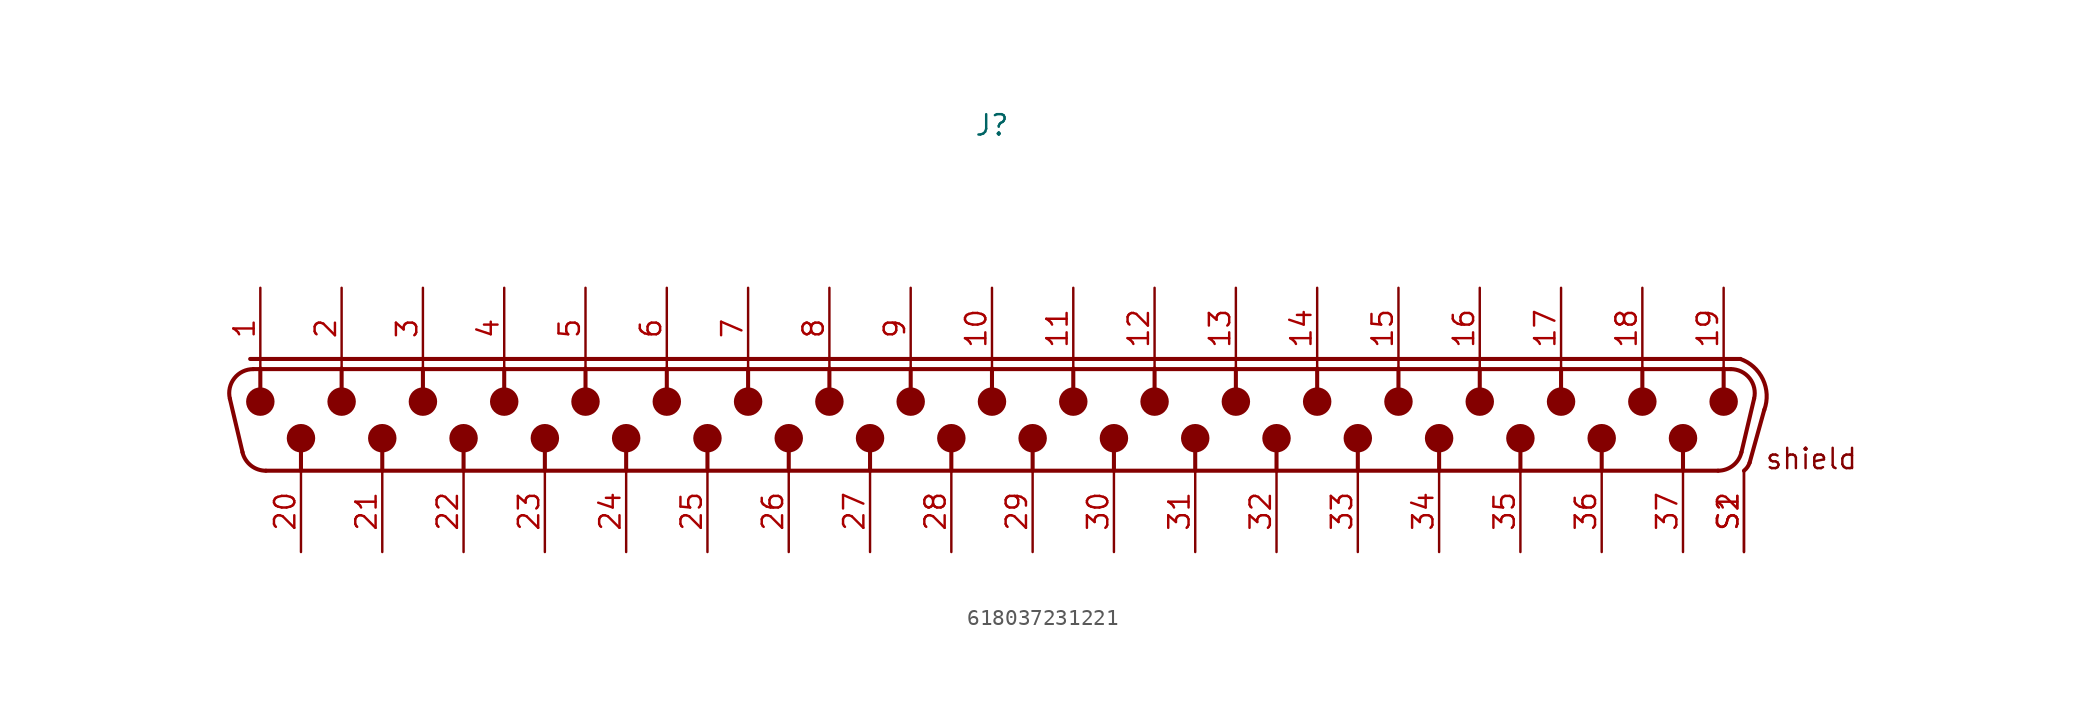
<source format=kicad_sym>
(kicad_symbol_lib
  (version 20241209)
  (generator "kicad_symbol_editor")
  (generator_version "9.0")
  (symbol "618037231221"
    (pin_names
      (hide yes))
    (property "Reference" "J"
      (at 0 17.78 0)
      (effects (font (size 1.27 1.27))))
    (symbol "618037231221_1_0"
      (polyline (pts (xy -46.833 -2.655) (xy -47.624 0.695)) (stroke (width 0.254) (type solid)) (fill (type none)))
      (polyline (pts (xy -46.355 3.175) (xy 46.76 3.175)) (stroke (width 0.254) (type solid)) (fill (type none)))
      (polyline (pts (xy -46.164 2.54) (xy 46.164 2.54)) (stroke (width 0.254) (type solid)) (fill (type none)))
      (arc (start -47.6242 0.695) (mid -47.3407 1.9707) (end -46.1643 2.54) (stroke (width 0.254) (type solid)) (fill (type none)))
      (polyline (pts (xy -45.72 2.58) (xy -45.72 0.4)) (stroke (width 0.254) (type solid)) (fill (type none)))
      (circle (center -45.72 0.508) (radius 0.762) (stroke (width 0.254) (type solid)) (fill (type outline)))
      (arc (start -45.373 -3.81) (mid -46.3038 -3.4862) (end -46.8328 -2.6547) (stroke (width 0.254) (type solid)) (fill (type none)))
      (circle (center -43.18 -1.778) (radius 0.762) (stroke (width 0.254) (type solid)) (fill (type outline)))
      (polyline (pts (xy -43.18 -3.81) (xy -43.18 -1.63)) (stroke (width 0.254) (type solid)) (fill (type none)))
      (polyline (pts (xy -40.64 2.58) (xy -40.64 0.4)) (stroke (width 0.254) (type solid)) (fill (type none)))
      (circle (center -40.64 0.508) (radius 0.762) (stroke (width 0.254) (type solid)) (fill (type outline)))
      (circle (center -38.1 -1.778) (radius 0.762) (stroke (width 0.254) (type solid)) (fill (type outline)))
      (polyline (pts (xy -38.1 -3.81) (xy -38.1 -1.63)) (stroke (width 0.254) (type solid)) (fill (type none)))
      (polyline (pts (xy -35.56 2.58) (xy -35.56 0.4)) (stroke (width 0.254) (type solid)) (fill (type none)))
      (circle (center -35.56 0.508) (radius 0.762) (stroke (width 0.254) (type solid)) (fill (type outline)))
      (circle (center -33.02 -1.778) (radius 0.762) (stroke (width 0.254) (type solid)) (fill (type outline)))
      (polyline (pts (xy -33.02 -3.81) (xy -33.02 -1.63)) (stroke (width 0.254) (type solid)) (fill (type none)))
      (polyline (pts (xy -30.48 2.58) (xy -30.48 0.4)) (stroke (width 0.254) (type solid)) (fill (type none)))
      (circle (center -30.48 0.508) (radius 0.762) (stroke (width 0.254) (type solid)) (fill (type outline)))
      (circle (center -27.94 -1.778) (radius 0.762) (stroke (width 0.254) (type solid)) (fill (type outline)))
      (polyline (pts (xy -27.94 -3.81) (xy -27.94 -1.63)) (stroke (width 0.254) (type solid)) (fill (type none)))
      (polyline (pts (xy -25.4 2.58) (xy -25.4 0.4)) (stroke (width 0.254) (type solid)) (fill (type none)))
      (circle (center -25.4 0.508) (radius 0.762) (stroke (width 0.254) (type solid)) (fill (type outline)))
      (circle (center -22.86 -1.778) (radius 0.762) (stroke (width 0.254) (type solid)) (fill (type outline)))
      (polyline (pts (xy -22.86 -3.81) (xy -22.86 -1.63)) (stroke (width 0.254) (type solid)) (fill (type none)))
      (polyline (pts (xy -20.32 2.58) (xy -20.32 0.4)) (stroke (width 0.254) (type solid)) (fill (type none)))
      (circle (center -20.32 0.508) (radius 0.762) (stroke (width 0.254) (type solid)) (fill (type outline)))
      (circle (center -17.78 -1.778) (radius 0.762) (stroke (width 0.254) (type solid)) (fill (type outline)))
      (polyline (pts (xy -17.78 -3.81) (xy -17.78 -1.63)) (stroke (width 0.254) (type solid)) (fill (type none)))
      (polyline (pts (xy -15.24 2.58) (xy -15.24 0.4)) (stroke (width 0.254) (type solid)) (fill (type none)))
      (circle (center -15.24 0.508) (radius 0.762) (stroke (width 0.254) (type solid)) (fill (type outline)))
      (circle (center -12.7 -1.778) (radius 0.762) (stroke (width 0.254) (type solid)) (fill (type outline)))
      (polyline (pts (xy -12.7 -3.81) (xy -12.7 -1.63)) (stroke (width 0.254) (type solid)) (fill (type none)))
      (polyline (pts (xy -10.16 2.58) (xy -10.16 0.4)) (stroke (width 0.254) (type solid)) (fill (type none)))
      (circle (center -10.16 0.508) (radius 0.762) (stroke (width 0.254) (type solid)) (fill (type outline)))
      (circle (center -7.62 -1.778) (radius 0.762) (stroke (width 0.254) (type solid)) (fill (type outline)))
      (polyline (pts (xy -7.62 -3.81) (xy -7.62 -1.63)) (stroke (width 0.254) (type solid)) (fill (type none)))
      (polyline (pts (xy -5.08 2.58) (xy -5.08 0.4)) (stroke (width 0.254) (type solid)) (fill (type none)))
      (circle (center -5.08 0.508) (radius 0.762) (stroke (width 0.254) (type solid)) (fill (type outline)))
      (circle (center -2.54 -1.778) (radius 0.762) (stroke (width 0.254) (type solid)) (fill (type outline)))
      (polyline (pts (xy -2.54 -3.81) (xy -2.54 -1.63)) (stroke (width 0.254) (type solid)) (fill (type none)))
      (polyline (pts (xy 0 2.58) (xy 0 0.4)) (stroke (width 0.254) (type solid)) (fill (type none)))
      (circle (center 0 0.508) (radius 0.762) (stroke (width 0.254) (type solid)) (fill (type outline)))
      (circle (center 2.54 -1.778) (radius 0.762) (stroke (width 0.254) (type solid)) (fill (type outline)))
      (polyline (pts (xy 2.54 -3.81) (xy 2.54 -1.63)) (stroke (width 0.254) (type solid)) (fill (type none)))
      (polyline (pts (xy 5.08 2.58) (xy 5.08 0.4)) (stroke (width 0.254) (type solid)) (fill (type none)))
      (circle (center 5.08 0.508) (radius 0.762) (stroke (width 0.254) (type solid)) (fill (type outline)))
      (circle (center 7.62 -1.778) (radius 0.762) (stroke (width 0.254) (type solid)) (fill (type outline)))
      (polyline (pts (xy 7.62 -3.81) (xy 7.62 -1.63)) (stroke (width 0.254) (type solid)) (fill (type none)))
      (polyline (pts (xy 10.16 2.58) (xy 10.16 0.4)) (stroke (width 0.254) (type solid)) (fill (type none)))
      (circle (center 10.16 0.508) (radius 0.762) (stroke (width 0.254) (type solid)) (fill (type outline)))
      (circle (center 12.7 -1.778) (radius 0.762) (stroke (width 0.254) (type solid)) (fill (type outline)))
      (polyline (pts (xy 12.7 -3.81) (xy 12.7 -1.63)) (stroke (width 0.254) (type solid)) (fill (type none)))
      (polyline (pts (xy 15.24 2.58) (xy 15.24 0.4)) (stroke (width 0.254) (type solid)) (fill (type none)))
      (circle (center 15.24 0.508) (radius 0.762) (stroke (width 0.254) (type solid)) (fill (type outline)))
      (circle (center 17.78 -1.778) (radius 0.762) (stroke (width 0.254) (type solid)) (fill (type outline)))
      (polyline (pts (xy 17.78 -3.81) (xy 17.78 -1.63)) (stroke (width 0.254) (type solid)) (fill (type none)))
      (polyline (pts (xy 20.32 2.58) (xy 20.32 0.4)) (stroke (width 0.254) (type solid)) (fill (type none)))
      (circle (center 20.32 0.508) (radius 0.762) (stroke (width 0.254) (type solid)) (fill (type outline)))
      (circle (center 22.86 -1.778) (radius 0.762) (stroke (width 0.254) (type solid)) (fill (type outline)))
      (polyline (pts (xy 22.86 -3.81) (xy 22.86 -1.63)) (stroke (width 0.254) (type solid)) (fill (type none)))
      (polyline (pts (xy 25.4 2.58) (xy 25.4 0.4)) (stroke (width 0.254) (type solid)) (fill (type none)))
      (circle (center 25.4 0.508) (radius 0.762) (stroke (width 0.254) (type solid)) (fill (type outline)))
      (circle (center 27.94 -1.778) (radius 0.762) (stroke (width 0.254) (type solid)) (fill (type outline)))
      (polyline (pts (xy 27.94 -3.81) (xy 27.94 -1.63)) (stroke (width 0.254) (type solid)) (fill (type none)))
      (polyline (pts (xy 30.48 2.58) (xy 30.48 0.4)) (stroke (width 0.254) (type solid)) (fill (type none)))
      (circle (center 30.48 0.508) (radius 0.762) (stroke (width 0.254) (type solid)) (fill (type outline)))
      (circle (center 33.02 -1.778) (radius 0.762) (stroke (width 0.254) (type solid)) (fill (type outline)))
      (polyline (pts (xy 33.02 -3.81) (xy 33.02 -1.63)) (stroke (width 0.254) (type solid)) (fill (type none)))
      (polyline (pts (xy 35.56 2.58) (xy 35.56 0.4)) (stroke (width 0.254) (type solid)) (fill (type none)))
      (circle (center 35.56 0.508) (radius 0.762) (stroke (width 0.254) (type solid)) (fill (type outline)))
      (circle (center 38.1 -1.778) (radius 0.762) (stroke (width 0.254) (type solid)) (fill (type outline)))
      (polyline (pts (xy 38.1 -3.81) (xy 38.1 -1.63)) (stroke (width 0.254) (type solid)) (fill (type none)))
      (polyline (pts (xy 40.64 2.58) (xy 40.64 0.4)) (stroke (width 0.254) (type solid)) (fill (type none)))
      (circle (center 40.64 0.508) (radius 0.762) (stroke (width 0.254) (type solid)) (fill (type outline)))
      (circle (center 43.18 -1.778) (radius 0.762) (stroke (width 0.254) (type solid)) (fill (type outline)))
      (polyline (pts (xy 43.18 -3.81) (xy 43.18 -1.63)) (stroke (width 0.254) (type solid)) (fill (type none)))
      (arc (start 46.8328 -2.6548) (mid 46.3037 -3.4863) (end 45.3729 -3.81) (stroke (width 0.254) (type solid)) (fill (type none)))
      (polyline (pts (xy 45.373 -3.81) (xy -45.373 -3.81)) (stroke (width 0.254) (type solid)) (fill (type none)))
      (polyline (pts (xy 45.72 2.58) (xy 45.72 0.4)) (stroke (width 0.254) (type solid)) (fill (type none)))
      (circle (center 45.72 0.508) (radius 0.762) (stroke (width 0.254) (type solid)) (fill (type outline)))
      (arc (start 46.76 3.175) (mid 48.1707 1.8996) (end 48.26 0) (stroke (width 0.254) (type solid)) (fill (type none)))
      (arc (start 46.1643 2.54) (mid 47.3407 1.9707) (end 47.6242 0.695) (stroke (width 0.254) (type solid)) (fill (type none)))
      (arc (start 47.3439 -3.3037) (mid 47.2048 -3.5833) (end 46.99 -3.81) (stroke (width 0.254) (type solid)) (fill (type none)))
      (polyline (pts (xy 47.344 -3.304) (xy 48.26 0)) (stroke (width 0.254) (type solid)) (fill (type none)))
      (polyline (pts (xy 47.624 0.695) (xy 46.833 -2.655)) (stroke (width 0.254) (type solid)) (fill (type none)))
      (pin passive line (at -45.72 7.62 270) (length 5.08) (name "1" (effects (font (size 1.27 1.27)))) (number "1" (effects (font (size 1.27 1.27)))))
      (pin passive line (at -43.18 -8.89 90) (length 5.08) (name "20" (effects (font (size 1.27 1.27)))) (number "20" (effects (font (size 1.27 1.27)))))
      (pin passive line (at -40.64 7.62 270) (length 5.08) (name "2" (effects (font (size 1.27 1.27)))) (number "2" (effects (font (size 1.27 1.27)))))
      (pin passive line (at -38.1 -8.89 90) (length 5.08) (name "21" (effects (font (size 1.27 1.27)))) (number "21" (effects (font (size 1.27 1.27)))))
      (pin passive line (at -35.56 7.62 270) (length 5.08) (name "3" (effects (font (size 1.27 1.27)))) (number "3" (effects (font (size 1.27 1.27)))))
      (pin passive line (at -33.02 -8.89 90) (length 5.08) (name "22" (effects (font (size 1.27 1.27)))) (number "22" (effects (font (size 1.27 1.27)))))
      (pin passive line (at -30.48 7.62 270) (length 5.08) (name "4" (effects (font (size 1.27 1.27)))) (number "4" (effects (font (size 1.27 1.27)))))
      (pin passive line (at -27.94 -8.89 90) (length 5.08) (name "23" (effects (font (size 1.27 1.27)))) (number "23" (effects (font (size 1.27 1.27)))))
      (pin passive line (at -25.4 7.62 270) (length 5.08) (name "5" (effects (font (size 1.27 1.27)))) (number "5" (effects (font (size 1.27 1.27)))))
      (pin passive line (at -22.86 -8.89 90) (length 5.08) (name "24" (effects (font (size 1.27 1.27)))) (number "24" (effects (font (size 1.27 1.27)))))
      (pin passive line (at -20.32 7.62 270) (length 5.08) (name "6" (effects (font (size 1.27 1.27)))) (number "6" (effects (font (size 1.27 1.27)))))
      (pin passive line (at -17.78 -8.89 90) (length 5.08) (name "25" (effects (font (size 1.27 1.27)))) (number "25" (effects (font (size 1.27 1.27)))))
      (pin passive line (at -15.24 7.62 270) (length 5.08) (name "7" (effects (font (size 1.27 1.27)))) (number "7" (effects (font (size 1.27 1.27)))))
      (pin passive line (at -12.7 -8.89 90) (length 5.08) (name "26" (effects (font (size 1.27 1.27)))) (number "26" (effects (font (size 1.27 1.27)))))
      (pin passive line (at -10.16 7.62 270) (length 5.08) (name "8" (effects (font (size 1.27 1.27)))) (number "8" (effects (font (size 1.27 1.27)))))
      (pin passive line (at -7.62 -8.89 90) (length 5.08) (name "27" (effects (font (size 1.27 1.27)))) (number "27" (effects (font (size 1.27 1.27)))))
      (pin passive line (at -5.08 7.62 270) (length 5.08) (name "9" (effects (font (size 1.27 1.27)))) (number "9" (effects (font (size 1.27 1.27)))))
      (pin passive line (at -2.54 -8.89 90) (length 5.08) (name "28" (effects (font (size 1.27 1.27)))) (number "28" (effects (font (size 1.27 1.27)))))
      (pin passive line (at 0 7.62 270) (length 5.08) (name "10" (effects (font (size 1.27 1.27)))) (number "10" (effects (font (size 1.27 1.27)))))
      (pin passive line (at 2.54 -8.89 90) (length 5.08) (name "29" (effects (font (size 1.27 1.27)))) (number "29" (effects (font (size 1.27 1.27)))))
      (pin passive line (at 5.08 7.62 270) (length 5.08) (name "11" (effects (font (size 1.27 1.27)))) (number "11" (effects (font (size 1.27 1.27)))))
      (pin passive line (at 7.62 -8.89 90) (length 5.08) (name "30" (effects (font (size 1.27 1.27)))) (number "30" (effects (font (size 1.27 1.27)))))
      (pin passive line (at 10.16 7.62 270) (length 5.08) (name "12" (effects (font (size 1.27 1.27)))) (number "12" (effects (font (size 1.27 1.27)))))
      (pin passive line (at 12.7 -8.89 90) (length 5.08) (name "31" (effects (font (size 1.27 1.27)))) (number "31" (effects (font (size 1.27 1.27)))))
      (pin passive line (at 15.24 7.62 270) (length 5.08) (name "13" (effects (font (size 1.27 1.27)))) (number "13" (effects (font (size 1.27 1.27)))))
      (pin passive line (at 17.78 -8.89 90) (length 5.08) (name "32" (effects (font (size 1.27 1.27)))) (number "32" (effects (font (size 1.27 1.27)))))
      (pin passive line (at 20.32 7.62 270) (length 5.08) (name "14" (effects (font (size 1.27 1.27)))) (number "14" (effects (font (size 1.27 1.27)))))
      (pin passive line (at 22.86 -8.89 90) (length 5.08) (name "33" (effects (font (size 1.27 1.27)))) (number "33" (effects (font (size 1.27 1.27)))))
      (pin passive line (at 25.4 7.62 270) (length 5.08) (name "15" (effects (font (size 1.27 1.27)))) (number "15" (effects (font (size 1.27 1.27)))))
      (pin passive line (at 27.94 -8.89 90) (length 5.08) (name "34" (effects (font (size 1.27 1.27)))) (number "34" (effects (font (size 1.27 1.27)))))
      (pin passive line (at 30.48 7.62 270) (length 5.08) (name "16" (effects (font (size 1.27 1.27)))) (number "16" (effects (font (size 1.27 1.27)))))
      (pin passive line (at 33.02 -8.89 90) (length 5.08) (name "35" (effects (font (size 1.27 1.27)))) (number "35" (effects (font (size 1.27 1.27)))))
      (pin passive line (at 35.56 7.62 270) (length 5.08) (name "17" (effects (font (size 1.27 1.27)))) (number "17" (effects (font (size 1.27 1.27)))))
      (pin passive line (at 38.1 -8.89 90) (length 5.08) (name "36" (effects (font (size 1.27 1.27)))) (number "36" (effects (font (size 1.27 1.27)))))
      (pin passive line (at 40.64 7.62 270) (length 5.08) (name "18" (effects (font (size 1.27 1.27)))) (number "18" (effects (font (size 1.27 1.27)))))
      (pin passive line (at 43.18 -8.89 90) (length 5.08) (name "37" (effects (font (size 1.27 1.27)))) (number "37" (effects (font (size 1.27 1.27)))))
      (pin passive line (at 45.72 7.62 270) (length 5.08) (name "19" (effects (font (size 1.27 1.27)))) (number "19" (effects (font (size 1.27 1.27)))))
      (pin passive line (at 46.99 -8.89 90) (length 5.08) (name "SHIELD" (effects (font (size 1.27 1.27)))) (number "S1" (effects (font (size 1.27 1.27)))))
      (pin passive line (at 46.99 -8.89 90) (length 5.08) (name "SHIELD" (effects (font (size 1.27 1.27)))) (number "S2" (effects (font (size 1.27 1.27))))))
    (symbol "618037231221_1_1"
      (text "shield" (at 48.26 -3.81 0) (effects (font (size 1.27 1.27)) (justify left bottom))))))
</source>
